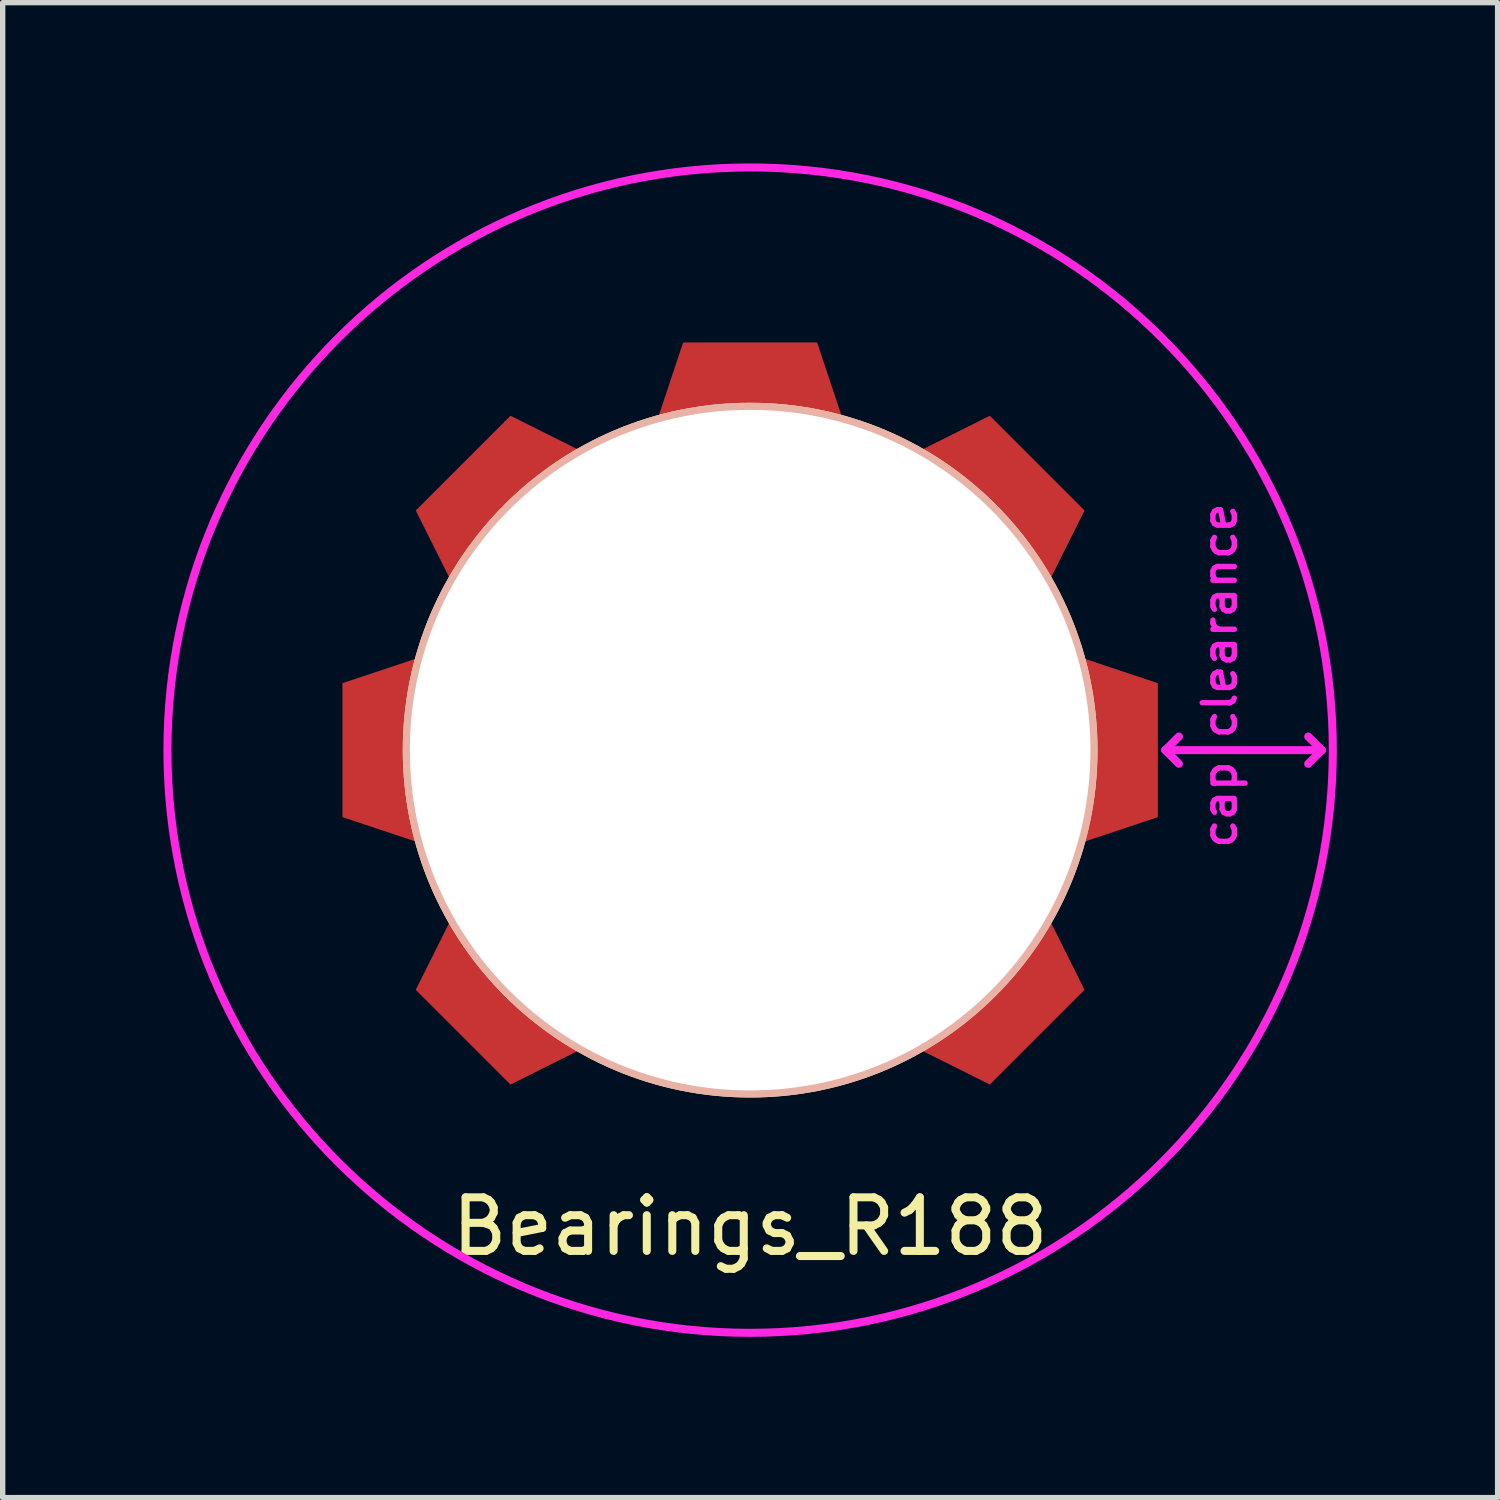
<source format=kicad_pcb>
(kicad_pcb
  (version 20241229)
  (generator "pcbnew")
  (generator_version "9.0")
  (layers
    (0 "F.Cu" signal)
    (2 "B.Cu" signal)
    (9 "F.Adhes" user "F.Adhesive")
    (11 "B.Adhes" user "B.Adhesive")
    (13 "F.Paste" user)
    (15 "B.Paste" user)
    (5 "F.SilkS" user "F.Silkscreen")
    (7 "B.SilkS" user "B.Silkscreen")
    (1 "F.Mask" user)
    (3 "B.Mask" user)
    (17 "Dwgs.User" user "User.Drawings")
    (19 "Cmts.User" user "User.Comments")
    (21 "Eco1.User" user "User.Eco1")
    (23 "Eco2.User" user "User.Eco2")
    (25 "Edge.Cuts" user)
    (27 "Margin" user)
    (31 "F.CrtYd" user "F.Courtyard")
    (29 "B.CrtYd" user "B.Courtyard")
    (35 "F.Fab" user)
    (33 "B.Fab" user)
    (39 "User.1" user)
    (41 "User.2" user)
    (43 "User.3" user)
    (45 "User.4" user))
  (footprint "Bearings_R188"
    (layer "F.Cu")
    (at 10.948 10.948)
    (property "Reference" "Bearings_R188" (at 0 8.89 0) (layer "F.SilkS") (effects (font (size 1 1) (thickness 0.15))))
    (attr through_hole)
    (fp_circle (center 0 0) (end 4.953 4.064) (stroke (width 0.15) (type solid)) (fill no) (layer "F.SilkS"))
    (fp_circle (center 0 0) (end 4.953 4.064) (stroke (width 0.15) (type solid)) (fill no) (layer "B.SilkS"))
    (fp_line (start 7.747 0) (end 8.001 -0.254) (stroke (width 0.15) (type solid)) (layer "F.CrtYd"))
    (fp_line (start 7.747 0) (end 8.001 0.254) (stroke (width 0.15) (type solid)) (layer "F.CrtYd"))
    (fp_line (start 7.747 0) (end 10.668 0) (stroke (width 0.15) (type solid)) (layer "F.CrtYd"))
    (fp_line (start 10.668 0) (end 10.414 -0.254) (stroke (width 0.15) (type solid)) (layer "F.CrtYd"))
    (fp_line (start 10.668 0) (end 10.414 0.254) (stroke (width 0.15) (type solid)) (layer "F.CrtYd"))
    (fp_circle (center 0 0) (end 10.033 4.191) (stroke (width 0.15) (type solid)) (fill no) (layer "F.CrtYd"))
    (fp_text user "clearance" (at 8.763 -2.413 90) (layer "F.CrtYd") (effects (font (size 0.6 0.6) (thickness 0.1))))
    (fp_text user "cap" (at 8.763 1.016 90) (layer "F.CrtYd") (effects (font (size 0.6 0.6) (thickness 0.1))))
    (pad "" smd trapezoid (at -6.858 0 180) (size 1.5 3) (rect_delta 0.5 0) (layers "F.Cu" "F.Mask"))
    (pad "" smd trapezoid (at -4.826 -4.826 135) (size 1.5 3) (rect_delta 0.5 0) (layers "F.Cu" "F.Mask"))
    (pad "" smd trapezoid (at -4.826 4.826 225) (size 1.5 3) (rect_delta 0.5 0) (layers "F.Cu" "F.Mask"))
    (pad "" smd trapezoid (at 0 -6.858 90) (size 1.5 3) (rect_delta 0.5 0) (layers "F.Cu" "F.Mask"))
    (pad "" np_thru_hole circle (at 0 0) (size 12.7 12.7) (drill 12.7) (layers "*.Cu" "*.Mask"))
    (pad "" smd trapezoid (at 4.826 -4.826 45) (size 1.5 3) (rect_delta 0.5 0) (layers "F.Cu" "F.Mask"))
    (pad "" smd trapezoid (at 4.826 4.826 315) (size 1.5 3) (rect_delta 0.5 0) (layers "F.Cu" "F.Mask"))
    (pad "" smd trapezoid (at 6.858 0) (size 1.5 3) (rect_delta 0.5 0) (layers "F.Cu" "F.Mask")))
  (gr_rect
    (start -3 -3)
    (end 24.896 24.896)
    (stroke (width 0.1) (type default))
    (fill no)
    (layer "Edge.Cuts")))
</source>
